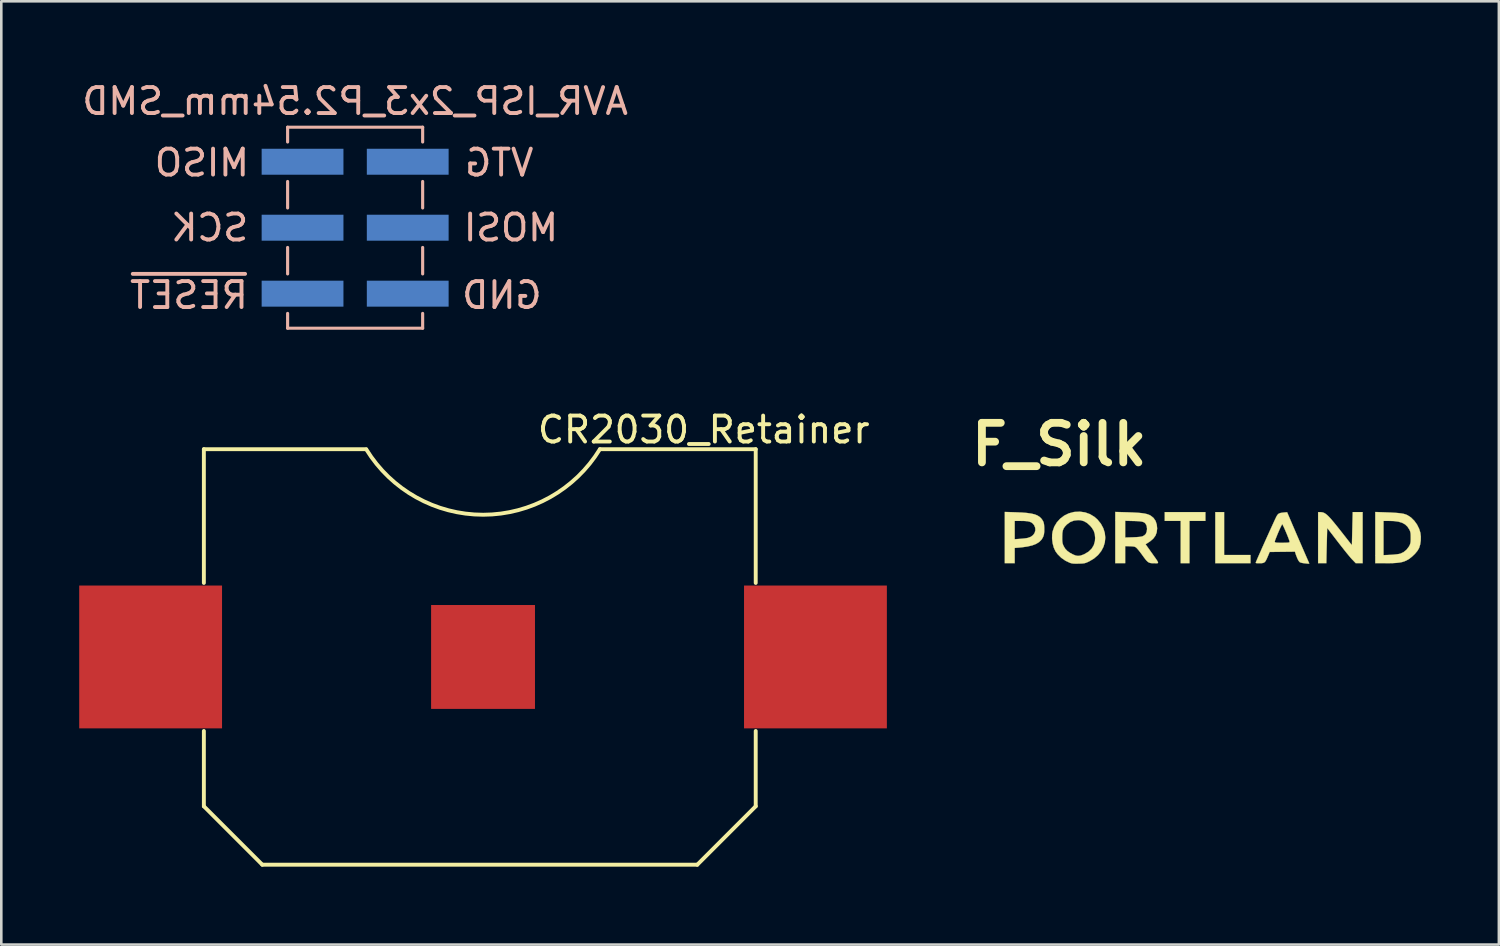
<source format=kicad_pcb>
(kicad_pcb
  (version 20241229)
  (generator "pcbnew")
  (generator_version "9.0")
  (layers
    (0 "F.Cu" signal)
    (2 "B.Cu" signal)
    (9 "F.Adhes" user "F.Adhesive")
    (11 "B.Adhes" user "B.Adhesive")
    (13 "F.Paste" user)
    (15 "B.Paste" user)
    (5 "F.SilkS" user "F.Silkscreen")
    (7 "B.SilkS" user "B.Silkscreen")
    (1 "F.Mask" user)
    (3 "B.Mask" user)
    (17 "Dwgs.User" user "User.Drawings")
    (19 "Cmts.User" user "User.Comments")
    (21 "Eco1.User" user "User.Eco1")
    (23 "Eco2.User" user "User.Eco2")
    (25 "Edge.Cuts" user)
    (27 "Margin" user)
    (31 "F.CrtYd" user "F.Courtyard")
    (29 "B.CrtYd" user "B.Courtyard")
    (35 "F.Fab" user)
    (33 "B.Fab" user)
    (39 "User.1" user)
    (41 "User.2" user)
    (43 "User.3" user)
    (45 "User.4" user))
  (footprint "CR2030_Retainer"
    (layer "F.Cu")
    (at 15.55 22.247)
    (property "Reference" "CR2030_Retainer" (at 8.5 -8.75 0) (layer "F.SilkS") (effects (font (size 1 1) (thickness 0.15))))
    (attr through_hole)
    (fp_line (start -10.75 -8) (end -4.5 -8) (stroke (width 0.15) (type solid)) (layer "F.SilkS"))
    (fp_line (start -10.75 -2.85) (end -10.75 -8) (stroke (width 0.15) (type solid)) (layer "F.SilkS"))
    (fp_line (start -10.75 5.75) (end -10.75 2.85) (stroke (width 0.15) (type solid)) (layer "F.SilkS"))
    (fp_line (start -8.5 8) (end -10.75 5.75) (stroke (width 0.15) (type solid)) (layer "F.SilkS"))
    (fp_line (start -8.5 8) (end 8.25 8) (stroke (width 0.15) (type solid)) (layer "F.SilkS"))
    (fp_line (start 8.25 8) (end 10.5 5.75) (stroke (width 0.15) (type solid)) (layer "F.SilkS"))
    (fp_line (start 10.5 -8) (end 4.5 -8) (stroke (width 0.15) (type solid)) (layer "F.SilkS"))
    (fp_line (start 10.5 -2.85) (end 10.5 -8) (stroke (width 0.15) (type solid)) (layer "F.SilkS"))
    (fp_line (start 10.5 5.75) (end 10.5 2.85) (stroke (width 0.15) (type solid)) (layer "F.SilkS"))
    (fp_arc (start 4.5 -8) (mid 0.006483 -5.476248) (end -4.493225 -7.988945) (stroke (width 0.15) (type solid)) (layer "F.SilkS"))
    (pad "1" smd rect (at 0 0) (size 4 4) (layers "F.Cu" "F.Mask" "F.Paste"))
    (pad "2" smd rect (at -12.8 0) (size 5.5 5.5) (layers "F.Cu" "F.Mask" "F.Paste"))
    (pad "2" smd rect (at 12.8 0) (size 5.5 5.5) (layers "F.Cu" "F.Mask" "F.Paste")))
  (footprint "AVR_ISP_2x3_P2.54mm_SMD"
    (layer "F.Cu")
    (at 10.625 5.718)
    (property "Reference" "AVR_ISP_2x3_P2.54mm_SMD" (at 0 -4.87 0) (layer "B.SilkS") (effects (font (size 1 1) (thickness 0.15)) (justify mirror)))
    (attr smd)
    (fp_line (start -2.6 -3.87) (end -2.6 -3.3) (stroke (width 0.12) (type solid)) (layer "B.SilkS"))
    (fp_line (start -2.6 -3.87) (end 2.6 -3.87) (stroke (width 0.12) (type solid)) (layer "B.SilkS"))
    (fp_line (start -2.6 -1.78) (end -2.6 -0.76) (stroke (width 0.12) (type solid)) (layer "B.SilkS"))
    (fp_line (start -2.6 0.76) (end -2.6 1.78) (stroke (width 0.12) (type solid)) (layer "B.SilkS"))
    (fp_line (start -2.6 3.3) (end -2.6 3.87) (stroke (width 0.12) (type solid)) (layer "B.SilkS"))
    (fp_line (start -2.6 3.87) (end 2.6 3.87) (stroke (width 0.12) (type solid)) (layer "B.SilkS"))
    (fp_line (start 2.6 -3.87) (end 2.6 -3.3) (stroke (width 0.12) (type solid)) (layer "B.SilkS"))
    (fp_line (start 2.6 -1.78) (end 2.6 -0.76) (stroke (width 0.12) (type solid)) (layer "B.SilkS"))
    (fp_line (start 2.6 0.76) (end 2.6 1.78) (stroke (width 0.12) (type solid)) (layer "B.SilkS"))
    (fp_line (start 2.6 3.3) (end 2.6 3.87) (stroke (width 0.12) (type solid)) (layer "B.SilkS"))
    (fp_text user "SCK" (at -5.6 0 0) (layer "B.SilkS") (effects (font (size 1 1) (thickness 0.15)) (justify mirror)))
    (fp_text user "GND" (at 5.65 2.6 0) (layer "B.SilkS") (effects (font (size 1 1) (thickness 0.15)) (justify mirror)))
    (fp_text user "~{RESET}" (at -6.4 2.6 0) (layer "B.SilkS") (effects (font (size 1 1) (thickness 0.15)) (justify mirror)))
    (fp_text user "MOSI" (at 6 0 0) (layer "B.SilkS") (effects (font (size 1 1) (thickness 0.15)) (justify mirror)))
    (fp_text user "MISO" (at -5.9 -2.5 0) (layer "B.SilkS") (effects (font (size 1 1) (thickness 0.15)) (justify mirror)))
    (fp_text user "VTG" (at 5.55 -2.5 0) (layer "B.SilkS") (effects (font (size 1 1) (thickness 0.15)) (justify mirror)))
    (pad "1" smd rect (at -2.025 -2.54) (size 3.15 1) (layers "B.Cu" "B.Mask" "B.Paste"))
    (pad "2" smd rect (at 2.025 -2.54) (size 3.15 1) (layers "B.Cu" "B.Mask" "B.Paste"))
    (pad "3" smd rect (at -2.025 0) (size 3.15 1) (layers "B.Cu" "B.Mask" "B.Paste"))
    (pad "4" smd rect (at 2.025 0) (size 3.15 1) (layers "B.Cu" "B.Mask" "B.Paste"))
    (pad "5" smd rect (at -2.025 2.54) (size 3.15 1) (layers "B.Cu" "B.Mask" "B.Paste"))
    (pad "6" smd rect (at 2.025 2.54) (size 3.15 1) (layers "B.Cu" "B.Mask" "B.Paste")))
  (footprint "F_Silk"
    (layer "F.Cu")
    (at 37.736 14.066)
    (property "Reference" "F_Silk" (at 0 0 0) (layer "F.SilkS") (effects (font (size 1.524 1.524) (thickness 0.3))))
    (attr through_hole)
    (fp_poly (pts (xy 6.35 4.255) (xy 7.366 4.255) (xy 7.366 4.572) (xy 6.011 4.572) (xy 6.011 2.603) (xy 6.35 2.603) (xy 6.35 4.255)) (stroke (width 0.01) (type solid)) (fill yes) (layer "F.SilkS"))
    (fp_poly (pts (xy 5.63 2.942) (xy 5.016 2.942) (xy 5.016 4.572) (xy 4.678 4.572) (xy 4.678 2.942) (xy 4.064 2.942) (xy 4.064 2.603) (xy 5.63 2.603) (xy 5.63 2.942)) (stroke (width 0.01) (type solid)) (fill yes) (layer "F.SilkS"))
    (fp_poly (pts (xy 11.684 4.572) (xy 11.421 4.572) (xy 11.283 4.429) (xy 11.235 4.376) (xy 11.166 4.295) (xy 11.08 4.191) (xy 10.983 4.07) (xy 10.878 3.937) (xy 10.77 3.799) (xy 10.731 3.749) (xy 10.319 3.212) (xy 10.306 3.728) (xy 10.302 3.883) (xy 10.298 4.033) (xy 10.295 4.171) (xy 10.292 4.289) (xy 10.291 4.376) (xy 10.29 4.408) (xy 10.287 4.572) (xy 9.97 4.572) (xy 9.97 2.603) (xy 10.038 2.604) (xy 10.095 2.606) (xy 10.147 2.615) (xy 10.198 2.633) (xy 10.251 2.664) (xy 10.31 2.709) (xy 10.376 2.772) (xy 10.454 2.855) (xy 10.545 2.962) (xy 10.654 3.095) (xy 10.783 3.256) (xy 10.901 3.406) (xy 11.271 3.879) (xy 11.284 3.342) (xy 11.288 3.189) (xy 11.291 3.045) (xy 11.295 2.917) (xy 11.297 2.811) (xy 11.299 2.736) (xy 11.3 2.704) (xy 11.303 2.603) (xy 11.684 2.603) (xy 11.684 4.572)) (stroke (width 0.01) (type solid)) (fill yes) (layer "F.SilkS"))
    (fp_poly (pts (xy -1.656 2.611) (xy -1.427 2.621) (xy -1.235 2.637) (xy -1.077 2.66) (xy -0.948 2.69) (xy -0.845 2.73) (xy -0.762 2.781) (xy -0.695 2.843) (xy -0.646 2.91) (xy -0.615 2.964) (xy -0.596 3.016) (xy -0.584 3.079) (xy -0.577 3.166) (xy -0.575 3.204) (xy -0.575 3.349) (xy -0.588 3.464) (xy -0.619 3.559) (xy -0.669 3.646) (xy -0.684 3.666) (xy -0.771 3.754) (xy -0.889 3.827) (xy -1.039 3.885) (xy -1.225 3.929) (xy -1.448 3.96) (xy -1.55 3.97) (xy -1.714 3.983) (xy -1.714 4.572) (xy -2.095 4.572) (xy -2.095 3.647) (xy -1.714 3.647) (xy -1.519 3.634) (xy -1.415 3.625) (xy -1.313 3.614) (xy -1.229 3.601) (xy -1.21 3.597) (xy -1.095 3.555) (xy -1.006 3.489) (xy -0.947 3.404) (xy -0.918 3.308) (xy -0.923 3.208) (xy -0.964 3.109) (xy -1.014 3.046) (xy -1.067 3.004) (xy -1.133 2.975) (xy -1.22 2.955) (xy -1.334 2.945) (xy -1.476 2.942) (xy -1.714 2.942) (xy -1.714 3.647) (xy -2.095 3.647) (xy -2.095 2.597) (xy -1.656 2.611)) (stroke (width 0.01) (type solid)) (fill yes) (layer "F.SilkS"))
    (fp_poly (pts (xy 12.578 2.613) (xy 12.781 2.621) (xy 12.947 2.631) (xy 13.081 2.642) (xy 13.189 2.656) (xy 13.276 2.673) (xy 13.347 2.695) (xy 13.409 2.721) (xy 13.413 2.723) (xy 13.549 2.813) (xy 13.674 2.937) (xy 13.78 3.085) (xy 13.861 3.249) (xy 13.908 3.402) (xy 13.925 3.547) (xy 13.922 3.702) (xy 13.9 3.851) (xy 13.861 3.978) (xy 13.856 3.991) (xy 13.792 4.098) (xy 13.699 4.21) (xy 13.588 4.316) (xy 13.47 4.408) (xy 13.375 4.463) (xy 13.295 4.498) (xy 13.21 4.525) (xy 13.113 4.544) (xy 12.997 4.558) (xy 12.857 4.567) (xy 12.685 4.571) (xy 12.557 4.572) (xy 12.171 4.572) (xy 12.171 2.942) (xy 12.488 2.942) (xy 12.488 4.261) (xy 12.758 4.249) (xy 12.872 4.241) (xy 12.982 4.23) (xy 13.074 4.217) (xy 13.135 4.204) (xy 13.26 4.145) (xy 13.373 4.053) (xy 13.463 3.936) (xy 13.479 3.908) (xy 13.506 3.853) (xy 13.523 3.801) (xy 13.532 3.742) (xy 13.536 3.662) (xy 13.536 3.588) (xy 13.535 3.486) (xy 13.53 3.413) (xy 13.518 3.358) (xy 13.499 3.307) (xy 13.48 3.27) (xy 13.408 3.161) (xy 13.317 3.076) (xy 13.204 3.014) (xy 13.064 2.972) (xy 12.893 2.948) (xy 12.71 2.942) (xy 12.488 2.942) (xy 12.171 2.942) (xy 12.171 2.599) (xy 12.578 2.613)) (stroke (width 0.01) (type solid)) (fill yes) (layer "F.SilkS"))
    (fp_poly (pts (xy 2.651 2.611) (xy 2.861 2.619) (xy 3.034 2.629) (xy 3.176 2.642) (xy 3.29 2.659) (xy 3.384 2.681) (xy 3.461 2.708) (xy 3.525 2.741) (xy 3.633 2.828) (xy 3.711 2.943) (xy 3.757 3.084) (xy 3.771 3.232) (xy 3.755 3.38) (xy 3.706 3.51) (xy 3.621 3.626) (xy 3.497 3.732) (xy 3.447 3.765) (xy 3.327 3.842) (xy 3.56 4.17) (xy 3.652 4.3) (xy 3.722 4.398) (xy 3.77 4.47) (xy 3.798 4.519) (xy 3.807 4.55) (xy 3.796 4.566) (xy 3.769 4.573) (xy 3.725 4.573) (xy 3.665 4.572) (xy 3.654 4.572) (xy 3.571 4.57) (xy 3.505 4.562) (xy 3.45 4.543) (xy 3.399 4.507) (xy 3.344 4.451) (xy 3.28 4.369) (xy 3.2 4.259) (xy 3.135 4.171) (xy 3.072 4.09) (xy 3.018 4.025) (xy 2.985 3.99) (xy 2.95 3.959) (xy 2.915 3.94) (xy 2.869 3.929) (xy 2.801 3.922) (xy 2.729 3.919) (xy 2.54 3.912) (xy 2.54 4.572) (xy 2.159 4.572) (xy 2.159 3.582) (xy 2.54 3.582) (xy 2.842 3.573) (xy 2.989 3.566) (xy 3.099 3.557) (xy 3.177 3.544) (xy 3.221 3.53) (xy 3.282 3.493) (xy 3.33 3.447) (xy 3.335 3.44) (xy 3.37 3.355) (xy 3.383 3.252) (xy 3.371 3.151) (xy 3.354 3.103) (xy 3.325 3.052) (xy 3.29 3.013) (xy 3.241 2.986) (xy 3.173 2.967) (xy 3.079 2.955) (xy 2.953 2.948) (xy 2.863 2.946) (xy 2.54 2.938) (xy 2.54 3.582) (xy 2.159 3.582) (xy 2.159 2.597) (xy 2.651 2.611)) (stroke (width 0.01) (type solid)) (fill yes) (layer "F.SilkS"))
    (fp_poly (pts (xy 0.997 2.614) (xy 1.186 2.682) (xy 1.358 2.787) (xy 1.471 2.886) (xy 1.604 3.049) (xy 1.698 3.223) (xy 1.755 3.403) (xy 1.774 3.586) (xy 1.757 3.767) (xy 1.704 3.942) (xy 1.616 4.107) (xy 1.494 4.258) (xy 1.339 4.391) (xy 1.168 4.493) (xy 1.089 4.531) (xy 1.027 4.556) (xy 0.97 4.572) (xy 0.903 4.581) (xy 0.814 4.585) (xy 0.756 4.587) (xy 0.637 4.589) (xy 0.548 4.586) (xy 0.479 4.576) (xy 0.418 4.558) (xy 0.412 4.556) (xy 0.238 4.474) (xy 0.077 4.361) (xy -0.061 4.224) (xy -0.143 4.112) (xy -0.208 3.972) (xy -0.252 3.807) (xy -0.274 3.632) (xy -0.273 3.567) (xy 0.116 3.567) (xy 0.117 3.673) (xy 0.122 3.749) (xy 0.131 3.807) (xy 0.148 3.859) (xy 0.174 3.916) (xy 0.176 3.92) (xy 0.235 4.018) (xy 0.314 4.1) (xy 0.419 4.174) (xy 0.532 4.234) (xy 0.633 4.275) (xy 0.723 4.29) (xy 0.815 4.28) (xy 0.921 4.243) (xy 0.977 4.218) (xy 1.131 4.126) (xy 1.25 4.011) (xy 1.331 3.877) (xy 1.376 3.722) (xy 1.384 3.598) (xy 1.371 3.452) (xy 1.331 3.326) (xy 1.259 3.209) (xy 1.192 3.13) (xy 1.075 3.023) (xy 0.957 2.954) (xy 0.829 2.918) (xy 0.73 2.912) (xy 0.568 2.93) (xy 0.425 2.985) (xy 0.297 3.078) (xy 0.289 3.086) (xy 0.218 3.162) (xy 0.169 3.234) (xy 0.138 3.313) (xy 0.122 3.41) (xy 0.117 3.536) (xy 0.116 3.567) (xy -0.273 3.567) (xy -0.271 3.459) (xy -0.253 3.347) (xy -0.19 3.164) (xy -0.091 2.999) (xy 0.038 2.856) (xy 0.193 2.738) (xy 0.368 2.652) (xy 0.56 2.6) (xy 0.58 2.597) (xy 0.794 2.586) (xy 0.997 2.614)) (stroke (width 0.01) (type solid)) (fill yes) (layer "F.SilkS"))
    (fp_poly (pts (xy 8.954 3.024) (xy 9.002 3.137) (xy 9.064 3.28) (xy 9.135 3.446) (xy 9.213 3.626) (xy 9.294 3.812) (xy 9.375 3.998) (xy 9.452 4.176) (xy 9.522 4.336) (xy 9.582 4.473) (xy 9.624 4.567) (xy 9.628 4.58) (xy 9.62 4.587) (xy 9.595 4.589) (xy 9.543 4.585) (xy 9.46 4.576) (xy 9.425 4.572) (xy 9.35 4.56) (xy 9.289 4.543) (xy 9.26 4.529) (xy 9.217 4.477) (xy 9.172 4.39) (xy 9.127 4.277) (xy 9.113 4.238) (xy 9.077 4.127) (xy 8.59 4.132) (xy 8.104 4.138) (xy 8.034 4.306) (xy 7.987 4.414) (xy 7.948 4.487) (xy 7.908 4.534) (xy 7.859 4.559) (xy 7.796 4.57) (xy 7.717 4.572) (xy 7.637 4.571) (xy 7.59 4.568) (xy 7.571 4.559) (xy 7.57 4.542) (xy 7.576 4.524) (xy 7.6 4.469) (xy 7.637 4.382) (xy 7.686 4.27) (xy 7.745 4.138) (xy 7.81 3.99) (xy 7.881 3.831) (xy 7.92 3.745) (xy 8.297 3.745) (xy 8.315 3.766) (xy 8.334 3.774) (xy 8.377 3.78) (xy 8.448 3.783) (xy 8.537 3.785) (xy 8.632 3.784) (xy 8.723 3.782) (xy 8.798 3.779) (xy 8.845 3.773) (xy 8.852 3.771) (xy 8.866 3.762) (xy 8.87 3.743) (xy 8.863 3.707) (xy 8.844 3.65) (xy 8.811 3.563) (xy 8.787 3.503) (xy 8.743 3.397) (xy 8.7 3.296) (xy 8.663 3.211) (xy 8.636 3.155) (xy 8.588 3.06) (xy 8.528 3.18) (xy 8.498 3.243) (xy 8.461 3.327) (xy 8.42 3.421) (xy 8.381 3.518) (xy 8.345 3.607) (xy 8.317 3.681) (xy 8.3 3.731) (xy 8.297 3.745) (xy 7.92 3.745) (xy 7.955 3.667) (xy 8.029 3.503) (xy 8.101 3.343) (xy 8.17 3.193) (xy 8.232 3.057) (xy 8.285 2.941) (xy 8.328 2.849) (xy 8.358 2.787) (xy 8.371 2.761) (xy 8.41 2.702) (xy 8.452 2.663) (xy 8.507 2.64) (xy 8.587 2.626) (xy 8.648 2.619) (xy 8.776 2.608) (xy 8.954 3.024)) (stroke (width 0.01) (type solid)) (fill yes) (layer "F.SilkS")))
  (gr_rect
    (start -3 -3)
    (end 54.666 33.322)
    (stroke (width 0.1) (type default))
    (fill no)
    (layer "Edge.Cuts")))
</source>
